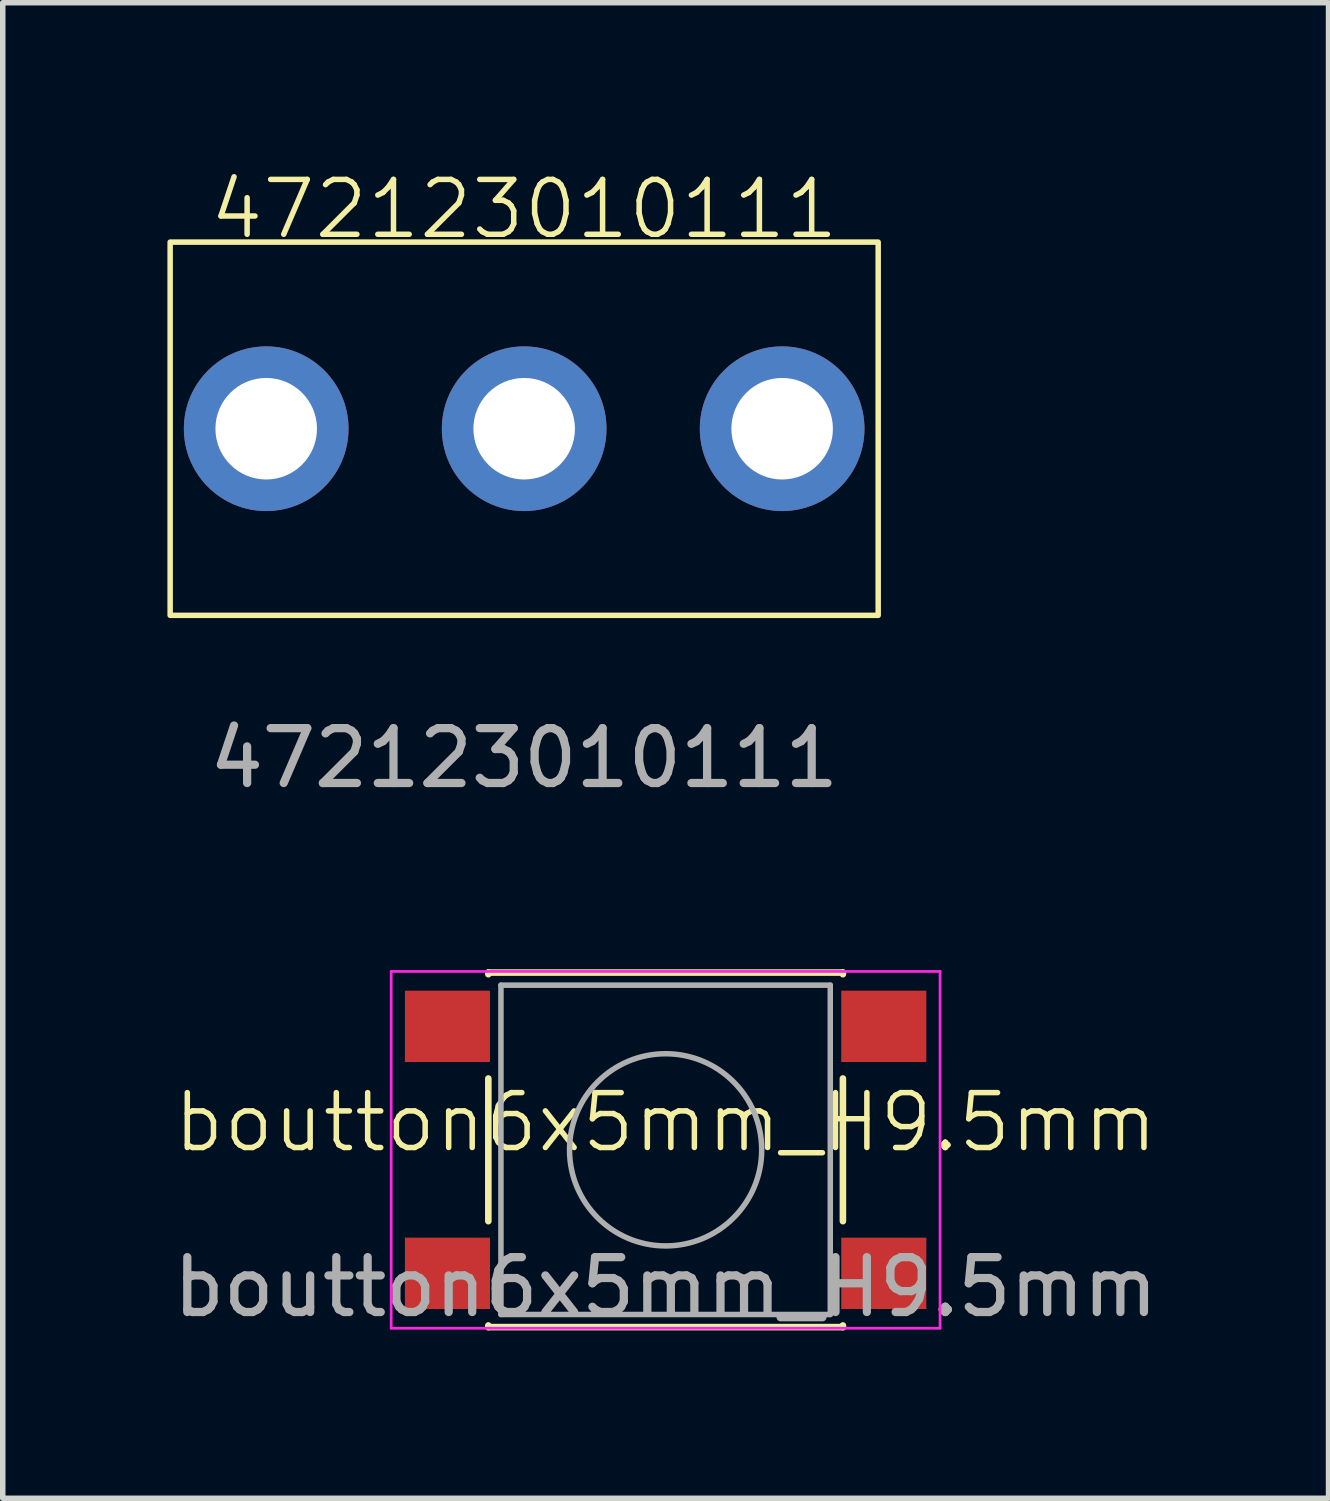
<source format=kicad_pcb>
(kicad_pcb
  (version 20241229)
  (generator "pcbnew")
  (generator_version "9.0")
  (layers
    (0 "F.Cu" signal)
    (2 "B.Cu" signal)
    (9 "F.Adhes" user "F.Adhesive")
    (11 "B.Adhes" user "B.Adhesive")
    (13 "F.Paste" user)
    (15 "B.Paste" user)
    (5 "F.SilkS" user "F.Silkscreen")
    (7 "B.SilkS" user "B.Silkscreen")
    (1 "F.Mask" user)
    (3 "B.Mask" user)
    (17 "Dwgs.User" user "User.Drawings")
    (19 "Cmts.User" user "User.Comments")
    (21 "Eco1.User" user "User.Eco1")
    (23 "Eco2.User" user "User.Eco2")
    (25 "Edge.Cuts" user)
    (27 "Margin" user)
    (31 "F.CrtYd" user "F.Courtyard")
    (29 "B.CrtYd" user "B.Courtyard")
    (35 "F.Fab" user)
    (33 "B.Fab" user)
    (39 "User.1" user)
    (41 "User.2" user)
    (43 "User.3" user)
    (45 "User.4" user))
  (footprint "472123010111"
    (layer "F.Cu")
    (at 6.5 4.761)
    (property "Reference" "472123010111" (at 0 -4 0) (unlocked yes) (layer "F.SilkS") (effects (font (size 1 1) (thickness 0.1))))
    (attr through_hole)
    (fp_rect (start -6.45 -3.4) (end 6.45 3.4) (stroke (width 0.1) (type default)) (fill no) (layer "F.SilkS"))
    (fp_rect (start -6.35 -3.3) (end 6.35 3.3) (stroke (width 0.1) (type default)) (fill no) (layer "Margin"))
    (fp_text user "${REFERENCE}" (at 0 6 0) (unlocked yes) (layer "F.Fab") (effects (font (size 1 1) (thickness 0.15))))
    (pad "1" thru_hole circle (at -4.7 0) (size 3 3) (drill 1.85) (layers "*.Cu" "*.Mask"))
    (pad "2" thru_hole circle (at 0 0) (size 3 3) (drill 1.85) (layers "*.Cu" "*.Mask"))
    (pad "3" thru_hole circle (at 4.7 0) (size 3 3) (drill 1.85) (layers "*.Cu" "*.Mask")))
  (footprint "boutton6x5mm_H9.5mm"
    (layer "F.Cu")
    (at 9.077 17.899)
    (property "Reference" "boutton6x5mm_H9.5mm" (at 0 -0.5 0) (unlocked yes) (layer "F.SilkS") (effects (font (size 1 1) (thickness 0.1))))
    (attr smd)
    (fp_line (start -3.23 -3.23) (end 3.23 -3.23) (stroke (width 0.12) (type solid)) (layer "F.SilkS"))
    (fp_line (start -3.23 -3.2) (end -3.23 -3.23) (stroke (width 0.12) (type solid)) (layer "F.SilkS"))
    (fp_line (start -3.23 -1.3) (end -3.23 1.3) (stroke (width 0.12) (type solid)) (layer "F.SilkS"))
    (fp_line (start -3.23 3.23) (end -3.23 3.2) (stroke (width 0.12) (type solid)) (layer "F.SilkS"))
    (fp_line (start -3.23 3.23) (end 3.23 3.23) (stroke (width 0.12) (type solid)) (layer "F.SilkS"))
    (fp_line (start 3.23 -3.23) (end 3.23 -3.2) (stroke (width 0.12) (type solid)) (layer "F.SilkS"))
    (fp_line (start 3.23 -1.3) (end 3.23 1.3) (stroke (width 0.12) (type solid)) (layer "F.SilkS"))
    (fp_line (start 3.23 3.23) (end 3.23 3.2) (stroke (width 0.12) (type solid)) (layer "F.SilkS"))
    (fp_line (start -5 -3.25) (end -5 3.25) (stroke (width 0.05) (type solid)) (layer "F.CrtYd"))
    (fp_line (start -5 -3.25) (end 5 -3.25) (stroke (width 0.05) (type solid)) (layer "F.CrtYd"))
    (fp_line (start -5 3.25) (end 5 3.25) (stroke (width 0.05) (type solid)) (layer "F.CrtYd"))
    (fp_line (start 5 3.25) (end 5 -3.25) (stroke (width 0.05) (type solid)) (layer "F.CrtYd"))
    (fp_line (start -3 -3) (end -3 3) (stroke (width 0.1) (type solid)) (layer "F.Fab"))
    (fp_line (start -3 3) (end 3 3) (stroke (width 0.1) (type solid)) (layer "F.Fab"))
    (fp_line (start 3 -3) (end -3 -3) (stroke (width 0.1) (type solid)) (layer "F.Fab"))
    (fp_line (start 3 3) (end 3 -3) (stroke (width 0.1) (type solid)) (layer "F.Fab"))
    (fp_circle (center 0 0) (end 1.75 -0.05) (stroke (width 0.1) (type solid)) (fill no) (layer "F.Fab"))
    (fp_text user "${REFERENCE}" (at 0 2.5 0) (unlocked yes) (layer "F.Fab") (effects (font (size 1 1) (thickness 0.15))))
    (pad "1" smd rect (at -3.975 -2.25) (size 1.55 1.3) (layers "F.Cu" "F.Mask" "F.Paste"))
    (pad "1" smd rect (at 3.975 -2.25) (size 1.55 1.3) (layers "F.Cu" "F.Mask" "F.Paste"))
    (pad "2" smd rect (at -3.975 2.25) (size 1.55 1.3) (layers "F.Cu" "F.Mask" "F.Paste"))
    (pad "2" smd rect (at 3.975 2.25) (size 1.55 1.3) (layers "F.Cu" "F.Mask" "F.Paste")))
  (gr_rect
    (start -3 -3)
    (end 21.155 24.247)
    (stroke (width 0.1) (type default))
    (fill no)
    (layer "Edge.Cuts")))
</source>
